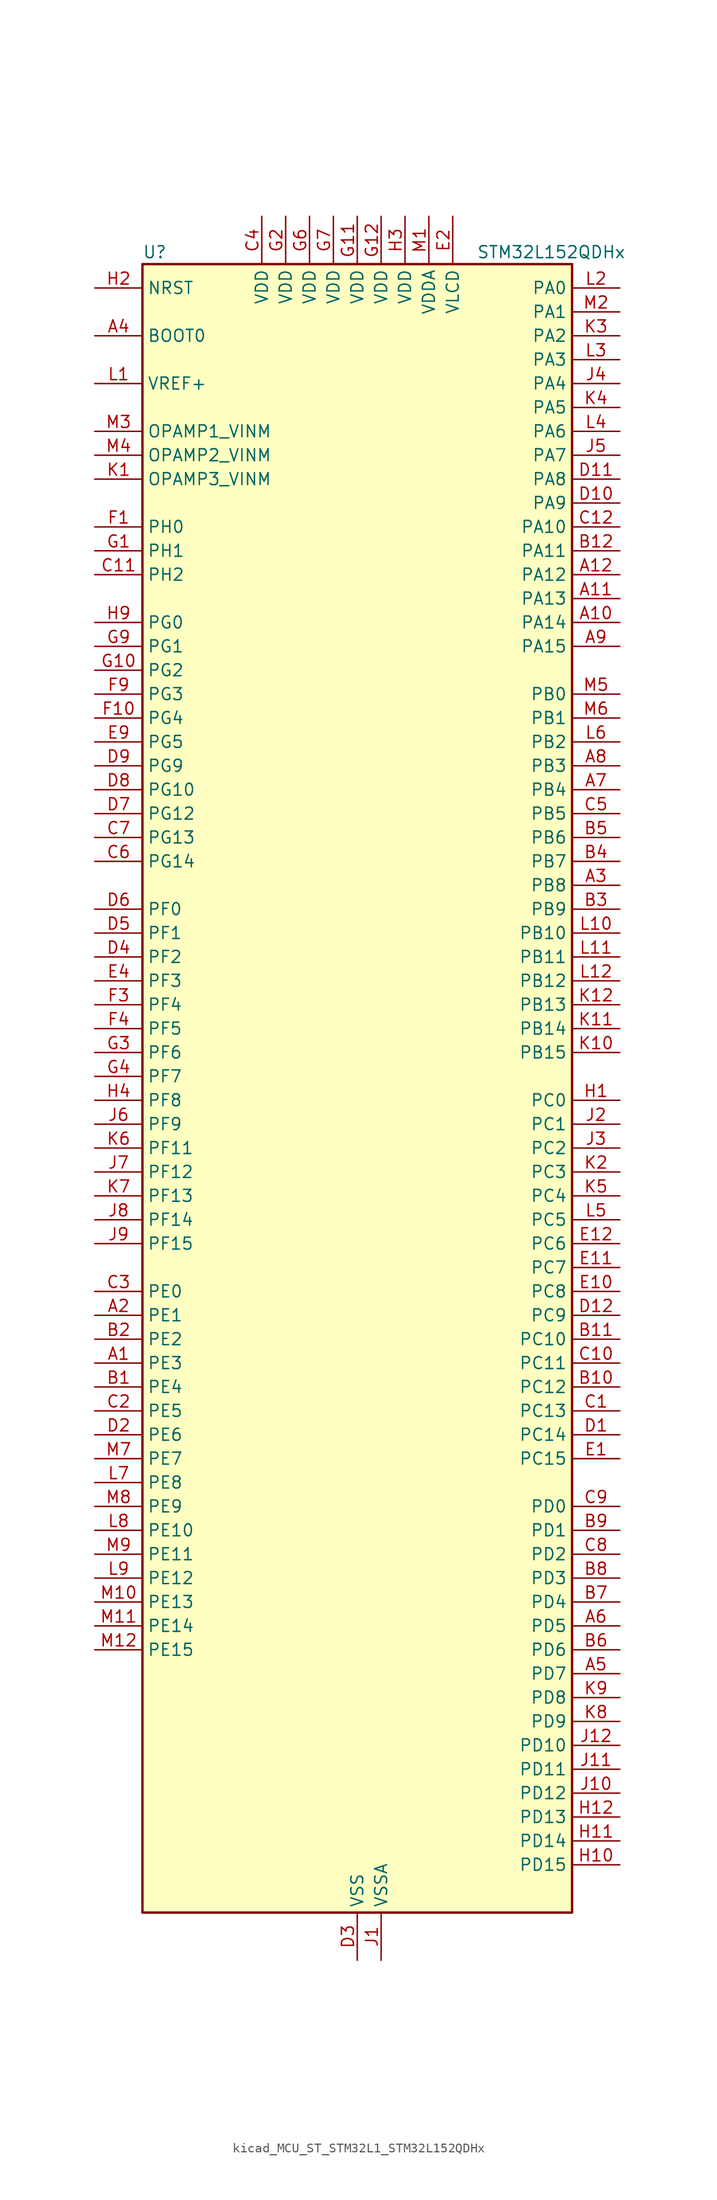
<source format=kicad_sym>
(kicad_symbol_lib
  (version 20220914)
  (generator kicad_symbol_editor)
  (symbol "kicad_MCU_ST_STM32L1_STM32L152QDHx"
    (property "Reference" "U"
      (at -22.86 90.17 0)
      (effects (font (size 1.27 1.27)) (justify left)))
    (property "Value" "STM32L152QDHx"
      (at 12.7 90.17 0)
      (effects (font (size 1.27 1.27)) (justify left)))
    (property "ki_locked" ""
      (at 0 0 0)
      (effects (font (size 1.27 1.27))))
    (symbol "kicad_MCU_ST_STM32L1_STM32L152QDHx_0_1"
      (rectangle (start -22.86 -86.36) (end 22.86 88.9) (stroke (width 0.254) (type default)) (fill (type background))))
    (symbol "kicad_MCU_ST_STM32L1_STM32L152QDHx_1_1"
      (pin bidirectional line (at -27.94 -27.94 0) (length 5.08) (name "PE3" (effects (font (size 1.27 1.27)))) (number "A1" (effects (font (size 1.27 1.27)))) (alternate "FSMC_A19" bidirectional line) (alternate "LCD_SEG39" bidirectional line) (alternate "SYS_TRACED0" bidirectional line) (alternate "TIM3_CH1" bidirectional line) (alternate "TIMX_IC4" bidirectional line))
      (pin bidirectional line (at 27.94 50.8 180) (length 5.08) (name "PA14" (effects (font (size 1.27 1.27)))) (number "A10" (effects (font (size 1.27 1.27)))) (alternate "SYS_JTCK-SWCLK" bidirectional line) (alternate "TIMX_IC3" bidirectional line) (alternate "TS_G5_IO2" bidirectional line))
      (pin bidirectional line (at 27.94 53.34 180) (length 5.08) (name "PA13" (effects (font (size 1.27 1.27)))) (number "A11" (effects (font (size 1.27 1.27)))) (alternate "SYS_JTMS-SWDIO" bidirectional line) (alternate "TIMX_IC2" bidirectional line) (alternate "TS_G5_IO1" bidirectional line))
      (pin bidirectional line (at 27.94 55.88 180) (length 5.08) (name "PA12" (effects (font (size 1.27 1.27)))) (number "A12" (effects (font (size 1.27 1.27)))) (alternate "SPI1_MOSI" bidirectional line) (alternate "TIMX_IC1" bidirectional line) (alternate "USART1_RTS" bidirectional line) (alternate "USB_DP" bidirectional line))
      (pin bidirectional line (at -27.94 -22.86 0) (length 5.08) (name "PE1" (effects (font (size 1.27 1.27)))) (number "A2" (effects (font (size 1.27 1.27)))) (alternate "FSMC_NBL1" bidirectional line) (alternate "LCD_SEG37" bidirectional line) (alternate "TIM11_CH1" bidirectional line) (alternate "TIMX_IC2" bidirectional line))
      (pin bidirectional line (at 27.94 22.86 180) (length 5.08) (name "PB8" (effects (font (size 1.27 1.27)))) (number "A3" (effects (font (size 1.27 1.27)))) (alternate "I2C1_SCL" bidirectional line) (alternate "LCD_SEG16" bidirectional line) (alternate "SDIO_D4" bidirectional line) (alternate "TIM10_CH1" bidirectional line) (alternate "TIM4_CH3" bidirectional line))
      (pin input line (at -27.94 81.28 0) (length 5.08) (name "BOOT0" (effects (font (size 1.27 1.27)))) (number "A4" (effects (font (size 1.27 1.27)))))
      (pin bidirectional line (at 27.94 -60.96 180) (length 5.08) (name "PD7" (effects (font (size 1.27 1.27)))) (number "A5" (effects (font (size 1.27 1.27)))) (alternate "FSMC_NE1" bidirectional line) (alternate "TIM9_CH2" bidirectional line) (alternate "TIMX_IC4" bidirectional line) (alternate "USART2_CK" bidirectional line))
      (pin bidirectional line (at 27.94 -55.88 180) (length 5.08) (name "PD5" (effects (font (size 1.27 1.27)))) (number "A6" (effects (font (size 1.27 1.27)))) (alternate "FSMC_NWE" bidirectional line) (alternate "TIMX_IC2" bidirectional line) (alternate "USART2_TX" bidirectional line))
      (pin bidirectional line (at 27.94 33.02 180) (length 5.08) (name "PB4" (effects (font (size 1.27 1.27)))) (number "A7" (effects (font (size 1.27 1.27)))) (alternate "COMP2_INP" bidirectional line) (alternate "LCD_SEG8" bidirectional line) (alternate "SPI1_MISO" bidirectional line) (alternate "SPI3_MISO" bidirectional line) (alternate "SYS_JTRST" bidirectional line) (alternate "TIM3_CH1" bidirectional line) (alternate "TS_G6_IO1" bidirectional line))
      (pin bidirectional line (at 27.94 35.56 180) (length 5.08) (name "PB3" (effects (font (size 1.27 1.27)))) (number "A8" (effects (font (size 1.27 1.27)))) (alternate "COMP2_INM" bidirectional line) (alternate "I2S3_CK" bidirectional line) (alternate "LCD_SEG7" bidirectional line) (alternate "SPI1_SCK" bidirectional line) (alternate "SPI3_SCK" bidirectional line) (alternate "SYS_JTDO-TRACESWO" bidirectional line) (alternate "TIM2_CH2" bidirectional line))
      (pin bidirectional line (at 27.94 48.26 180) (length 5.08) (name "PA15" (effects (font (size 1.27 1.27)))) (number "A9" (effects (font (size 1.27 1.27)))) (alternate "ADC_EXTI15" bidirectional line) (alternate "I2S3_WS" bidirectional line) (alternate "LCD_SEG17" bidirectional line) (alternate "SPI1_NSS" bidirectional line) (alternate "SPI3_NSS" bidirectional line) (alternate "SYS_JTDI" bidirectional line) (alternate "TIM2_CH1" bidirectional line) (alternate "TIM2_ETR" bidirectional line) (alternate "TIMX_IC4" bidirectional line) (alternate "TS_G5_IO3" bidirectional line))
      (pin bidirectional line (at -27.94 -30.48 0) (length 5.08) (name "PE4" (effects (font (size 1.27 1.27)))) (number "B1" (effects (font (size 1.27 1.27)))) (alternate "FSMC_A20" bidirectional line) (alternate "SYS_TRACED1" bidirectional line) (alternate "TIM3_CH2" bidirectional line) (alternate "TIMX_IC1" bidirectional line))
      (pin bidirectional line (at 27.94 -30.48 180) (length 5.08) (name "PC12" (effects (font (size 1.27 1.27)))) (number "B10" (effects (font (size 1.27 1.27)))) (alternate "I2S3_SD" bidirectional line) (alternate "LCD_COM6" bidirectional line) (alternate "LCD_SEG30" bidirectional line) (alternate "LCD_SEG42" bidirectional line) (alternate "SDIO_CK" bidirectional line) (alternate "SPI3_MOSI" bidirectional line) (alternate "TIMX_IC1" bidirectional line) (alternate "UART5_TX" bidirectional line) (alternate "USART3_CK" bidirectional line))
      (pin bidirectional line (at 27.94 -25.4 180) (length 5.08) (name "PC10" (effects (font (size 1.27 1.27)))) (number "B11" (effects (font (size 1.27 1.27)))) (alternate "I2S3_CK" bidirectional line) (alternate "LCD_COM4" bidirectional line) (alternate "LCD_SEG28" bidirectional line) (alternate "LCD_SEG40" bidirectional line) (alternate "SDIO_D2" bidirectional line) (alternate "SPI3_SCK" bidirectional line) (alternate "TIMX_IC3" bidirectional line) (alternate "UART4_TX" bidirectional line) (alternate "USART3_TX" bidirectional line))
      (pin bidirectional line (at 27.94 58.42 180) (length 5.08) (name "PA11" (effects (font (size 1.27 1.27)))) (number "B12" (effects (font (size 1.27 1.27)))) (alternate "ADC_EXTI11" bidirectional line) (alternate "SPI1_MISO" bidirectional line) (alternate "TIMX_IC4" bidirectional line) (alternate "USART1_CTS" bidirectional line) (alternate "USB_DM" bidirectional line))
      (pin bidirectional line (at -27.94 -25.4 0) (length 5.08) (name "PE2" (effects (font (size 1.27 1.27)))) (number "B2" (effects (font (size 1.27 1.27)))) (alternate "FSMC_A23" bidirectional line) (alternate "LCD_SEG38" bidirectional line) (alternate "SYS_TRACECK" bidirectional line) (alternate "TIM3_ETR" bidirectional line) (alternate "TIMX_IC3" bidirectional line))
      (pin bidirectional line (at 27.94 20.32 180) (length 5.08) (name "PB9" (effects (font (size 1.27 1.27)))) (number "B3" (effects (font (size 1.27 1.27)))) (alternate "DAC_EXTI9" bidirectional line) (alternate "I2C1_SDA" bidirectional line) (alternate "LCD_COM3" bidirectional line) (alternate "SDIO_D5" bidirectional line) (alternate "TIM11_CH1" bidirectional line) (alternate "TIM4_CH4" bidirectional line))
      (pin bidirectional line (at 27.94 25.4 180) (length 5.08) (name "PB7" (effects (font (size 1.27 1.27)))) (number "B4" (effects (font (size 1.27 1.27)))) (alternate "COMP2_INP" bidirectional line) (alternate "FSMC_NL" bidirectional line) (alternate "I2C1_SDA" bidirectional line) (alternate "SYS_PVD_IN" bidirectional line) (alternate "TIM4_CH2" bidirectional line) (alternate "TS_G6_IO4" bidirectional line) (alternate "USART1_RX" bidirectional line))
      (pin bidirectional line (at 27.94 27.94 180) (length 5.08) (name "PB6" (effects (font (size 1.27 1.27)))) (number "B5" (effects (font (size 1.27 1.27)))) (alternate "COMP2_INP" bidirectional line) (alternate "I2C1_SCL" bidirectional line) (alternate "TIM4_CH1" bidirectional line) (alternate "TS_G6_IO3" bidirectional line) (alternate "USART1_TX" bidirectional line))
      (pin bidirectional line (at 27.94 -58.42 180) (length 5.08) (name "PD6" (effects (font (size 1.27 1.27)))) (number "B6" (effects (font (size 1.27 1.27)))) (alternate "FSMC_NWAIT" bidirectional line) (alternate "TIMX_IC3" bidirectional line) (alternate "USART2_RX" bidirectional line))
      (pin bidirectional line (at 27.94 -53.34 180) (length 5.08) (name "PD4" (effects (font (size 1.27 1.27)))) (number "B7" (effects (font (size 1.27 1.27)))) (alternate "FSMC_NOE" bidirectional line) (alternate "I2S2_SD" bidirectional line) (alternate "SPI2_MOSI" bidirectional line) (alternate "TIMX_IC1" bidirectional line) (alternate "USART2_RTS" bidirectional line))
      (pin bidirectional line (at 27.94 -50.8 180) (length 5.08) (name "PD3" (effects (font (size 1.27 1.27)))) (number "B8" (effects (font (size 1.27 1.27)))) (alternate "FSMC_CLK" bidirectional line) (alternate "SPI2_MISO" bidirectional line) (alternate "TIMX_IC4" bidirectional line) (alternate "USART2_CTS" bidirectional line))
      (pin bidirectional line (at 27.94 -45.72 180) (length 5.08) (name "PD1" (effects (font (size 1.27 1.27)))) (number "B9" (effects (font (size 1.27 1.27)))) (alternate "FSMC_D3" bidirectional line) (alternate "FSMC_DA3" bidirectional line) (alternate "I2S2_CK" bidirectional line) (alternate "SPI2_SCK" bidirectional line) (alternate "TIMX_IC2" bidirectional line))
      (pin bidirectional line (at 27.94 -33.02 180) (length 5.08) (name "PC13" (effects (font (size 1.27 1.27)))) (number "C1" (effects (font (size 1.27 1.27)))) (alternate "RTC_OUT_ALARM" bidirectional line) (alternate "RTC_OUT_CALIB" bidirectional line) (alternate "RTC_TAMP1" bidirectional line) (alternate "RTC_TS" bidirectional line) (alternate "SYS_WKUP2" bidirectional line) (alternate "TIMX_IC2" bidirectional line))
      (pin bidirectional line (at 27.94 -27.94 180) (length 5.08) (name "PC11" (effects (font (size 1.27 1.27)))) (number "C10" (effects (font (size 1.27 1.27)))) (alternate "ADC_EXTI11" bidirectional line) (alternate "LCD_COM5" bidirectional line) (alternate "LCD_SEG29" bidirectional line) (alternate "LCD_SEG41" bidirectional line) (alternate "SDIO_D3" bidirectional line) (alternate "SPI3_MISO" bidirectional line) (alternate "TIMX_IC4" bidirectional line) (alternate "UART4_RX" bidirectional line) (alternate "USART3_RX" bidirectional line))
      (pin bidirectional line (at -27.94 55.88 0) (length 5.08) (name "PH2" (effects (font (size 1.27 1.27)))) (number "C11" (effects (font (size 1.27 1.27)))) (alternate "FSMC_A22" bidirectional line))
      (pin bidirectional line (at 27.94 60.96 180) (length 5.08) (name "PA10" (effects (font (size 1.27 1.27)))) (number "C12" (effects (font (size 1.27 1.27)))) (alternate "LCD_COM2" bidirectional line) (alternate "TIMX_IC3" bidirectional line) (alternate "TS_G4_IO3" bidirectional line) (alternate "USART1_RX" bidirectional line))
      (pin bidirectional line (at -27.94 -33.02 0) (length 5.08) (name "PE5" (effects (font (size 1.27 1.27)))) (number "C2" (effects (font (size 1.27 1.27)))) (alternate "FSMC_A21" bidirectional line) (alternate "SYS_TRACED2" bidirectional line) (alternate "TIM9_CH1" bidirectional line) (alternate "TIMX_IC2" bidirectional line))
      (pin bidirectional line (at -27.94 -20.32 0) (length 5.08) (name "PE0" (effects (font (size 1.27 1.27)))) (number "C3" (effects (font (size 1.27 1.27)))) (alternate "FSMC_NBL0" bidirectional line) (alternate "LCD_SEG36" bidirectional line) (alternate "TIM10_CH1" bidirectional line) (alternate "TIM4_ETR" bidirectional line) (alternate "TIMX_IC1" bidirectional line))
      (pin power_in line (at -10.16 93.98 270) (length 5.08) (name "VDD" (effects (font (size 1.27 1.27)))) (number "C4" (effects (font (size 1.27 1.27)))))
      (pin bidirectional line (at 27.94 30.48 180) (length 5.08) (name "PB5" (effects (font (size 1.27 1.27)))) (number "C5" (effects (font (size 1.27 1.27)))) (alternate "COMP2_INP" bidirectional line) (alternate "I2C1_SMBA" bidirectional line) (alternate "I2S3_SD" bidirectional line) (alternate "LCD_SEG9" bidirectional line) (alternate "SPI1_MOSI" bidirectional line) (alternate "SPI3_MOSI" bidirectional line) (alternate "TIM3_CH2" bidirectional line) (alternate "TS_G6_IO2" bidirectional line))
      (pin bidirectional line (at -27.94 25.4 0) (length 5.08) (name "PG14" (effects (font (size 1.27 1.27)))) (number "C6" (effects (font (size 1.27 1.27)))) (alternate "FSMC_A25" bidirectional line))
      (pin bidirectional line (at -27.94 27.94 0) (length 5.08) (name "PG13" (effects (font (size 1.27 1.27)))) (number "C7" (effects (font (size 1.27 1.27)))) (alternate "FSMC_A24" bidirectional line))
      (pin bidirectional line (at 27.94 -48.26 180) (length 5.08) (name "PD2" (effects (font (size 1.27 1.27)))) (number "C8" (effects (font (size 1.27 1.27)))) (alternate "LCD_COM7" bidirectional line) (alternate "LCD_SEG31" bidirectional line) (alternate "LCD_SEG43" bidirectional line) (alternate "SDIO_CMD" bidirectional line) (alternate "TIM3_ETR" bidirectional line) (alternate "TIMX_IC3" bidirectional line) (alternate "UART5_RX" bidirectional line))
      (pin bidirectional line (at 27.94 -43.18 180) (length 5.08) (name "PD0" (effects (font (size 1.27 1.27)))) (number "C9" (effects (font (size 1.27 1.27)))) (alternate "FSMC_D2" bidirectional line) (alternate "FSMC_DA2" bidirectional line) (alternate "I2S2_WS" bidirectional line) (alternate "SPI2_NSS" bidirectional line) (alternate "TIM9_CH1" bidirectional line) (alternate "TIMX_IC1" bidirectional line))
      (pin bidirectional line (at 27.94 -35.56 180) (length 5.08) (name "PC14" (effects (font (size 1.27 1.27)))) (number "D1" (effects (font (size 1.27 1.27)))) (alternate "RCC_OSC32_IN" bidirectional line) (alternate "TIMX_IC3" bidirectional line))
      (pin bidirectional line (at 27.94 63.5 180) (length 5.08) (name "PA9" (effects (font (size 1.27 1.27)))) (number "D10" (effects (font (size 1.27 1.27)))) (alternate "DAC_EXTI9" bidirectional line) (alternate "LCD_COM1" bidirectional line) (alternate "TIMX_IC2" bidirectional line) (alternate "TS_G4_IO2" bidirectional line) (alternate "USART1_TX" bidirectional line))
      (pin bidirectional line (at 27.94 66.04 180) (length 5.08) (name "PA8" (effects (font (size 1.27 1.27)))) (number "D11" (effects (font (size 1.27 1.27)))) (alternate "LCD_COM0" bidirectional line) (alternate "RCC_MCO" bidirectional line) (alternate "TIMX_IC1" bidirectional line) (alternate "TS_G4_IO1" bidirectional line) (alternate "USART1_CK" bidirectional line))
      (pin bidirectional line (at 27.94 -22.86 180) (length 5.08) (name "PC9" (effects (font (size 1.27 1.27)))) (number "D12" (effects (font (size 1.27 1.27)))) (alternate "DAC_EXTI9" bidirectional line) (alternate "LCD_SEG27" bidirectional line) (alternate "SDIO_D1" bidirectional line) (alternate "TIM3_CH4" bidirectional line) (alternate "TIMX_IC2" bidirectional line) (alternate "TS_G10_IO4" bidirectional line))
      (pin bidirectional line (at -27.94 -35.56 0) (length 5.08) (name "PE6" (effects (font (size 1.27 1.27)))) (number "D2" (effects (font (size 1.27 1.27)))) (alternate "RTC_TAMP3" bidirectional line) (alternate "SYS_TRACED3" bidirectional line) (alternate "SYS_WKUP3" bidirectional line) (alternate "TIM9_CH2" bidirectional line) (alternate "TIMX_IC3" bidirectional line))
      (pin power_in line (at 0 -91.44 90) (length 5.08) (name "VSS" (effects (font (size 1.27 1.27)))) (number "D3" (effects (font (size 1.27 1.27)))))
      (pin bidirectional line (at -27.94 15.24 0) (length 5.08) (name "PF2" (effects (font (size 1.27 1.27)))) (number "D4" (effects (font (size 1.27 1.27)))) (alternate "FSMC_A2" bidirectional line))
      (pin bidirectional line (at -27.94 17.78 0) (length 5.08) (name "PF1" (effects (font (size 1.27 1.27)))) (number "D5" (effects (font (size 1.27 1.27)))) (alternate "FSMC_A1" bidirectional line))
      (pin bidirectional line (at -27.94 20.32 0) (length 5.08) (name "PF0" (effects (font (size 1.27 1.27)))) (number "D6" (effects (font (size 1.27 1.27)))) (alternate "FSMC_A0" bidirectional line))
      (pin bidirectional line (at -27.94 30.48 0) (length 5.08) (name "PG12" (effects (font (size 1.27 1.27)))) (number "D7" (effects (font (size 1.27 1.27)))) (alternate "FSMC_NE4" bidirectional line))
      (pin bidirectional line (at -27.94 33.02 0) (length 5.08) (name "PG10" (effects (font (size 1.27 1.27)))) (number "D8" (effects (font (size 1.27 1.27)))) (alternate "FSMC_NE3" bidirectional line))
      (pin bidirectional line (at -27.94 35.56 0) (length 5.08) (name "PG9" (effects (font (size 1.27 1.27)))) (number "D9" (effects (font (size 1.27 1.27)))) (alternate "DAC_EXTI9" bidirectional line) (alternate "FSMC_NE2" bidirectional line))
      (pin bidirectional line (at 27.94 -38.1 180) (length 5.08) (name "PC15" (effects (font (size 1.27 1.27)))) (number "E1" (effects (font (size 1.27 1.27)))) (alternate "ADC_EXTI15" bidirectional line) (alternate "RCC_OSC32_OUT" bidirectional line) (alternate "TIMX_IC4" bidirectional line))
      (pin bidirectional line (at 27.94 -20.32 180) (length 5.08) (name "PC8" (effects (font (size 1.27 1.27)))) (number "E10" (effects (font (size 1.27 1.27)))) (alternate "LCD_SEG26" bidirectional line) (alternate "SDIO_D0" bidirectional line) (alternate "TIM3_CH3" bidirectional line) (alternate "TIMX_IC1" bidirectional line) (alternate "TS_G10_IO3" bidirectional line))
      (pin bidirectional line (at 27.94 -17.78 180) (length 5.08) (name "PC7" (effects (font (size 1.27 1.27)))) (number "E11" (effects (font (size 1.27 1.27)))) (alternate "I2S3_MCK" bidirectional line) (alternate "LCD_SEG25" bidirectional line) (alternate "SDIO_D7" bidirectional line) (alternate "TIM3_CH2" bidirectional line) (alternate "TIMX_IC4" bidirectional line) (alternate "TS_G10_IO2" bidirectional line))
      (pin bidirectional line (at 27.94 -15.24 180) (length 5.08) (name "PC6" (effects (font (size 1.27 1.27)))) (number "E12" (effects (font (size 1.27 1.27)))) (alternate "I2S2_MCK" bidirectional line) (alternate "LCD_SEG24" bidirectional line) (alternate "SDIO_D6" bidirectional line) (alternate "TIM3_CH1" bidirectional line) (alternate "TIMX_IC3" bidirectional line) (alternate "TS_G10_IO1" bidirectional line))
      (pin power_in line (at 10.16 93.98 270) (length 5.08) (name "VLCD" (effects (font (size 1.27 1.27)))) (number "E2" (effects (font (size 1.27 1.27)))))
      (pin passive line (at 0 -91.44 90) (length 5.08) hide (name "VSS" (effects (font (size 1.27 1.27)))) (number "E3" (effects (font (size 1.27 1.27)))))
      (pin bidirectional line (at -27.94 12.7 0) (length 5.08) (name "PF3" (effects (font (size 1.27 1.27)))) (number "E4" (effects (font (size 1.27 1.27)))) (alternate "FSMC_A3" bidirectional line))
      (pin bidirectional line (at -27.94 38.1 0) (length 5.08) (name "PG5" (effects (font (size 1.27 1.27)))) (number "E9" (effects (font (size 1.27 1.27)))) (alternate "FSMC_A15" bidirectional line))
      (pin bidirectional line (at -27.94 60.96 0) (length 5.08) (name "PH0" (effects (font (size 1.27 1.27)))) (number "F1" (effects (font (size 1.27 1.27)))) (alternate "RCC_OSC_IN" bidirectional line))
      (pin bidirectional line (at -27.94 40.64 0) (length 5.08) (name "PG4" (effects (font (size 1.27 1.27)))) (number "F10" (effects (font (size 1.27 1.27)))) (alternate "ADC_IN12b" bidirectional line) (alternate "FSMC_A14" bidirectional line) (alternate "TS_G7_IO7" bidirectional line))
      (pin passive line (at 0 -91.44 90) (length 5.08) hide (name "VSS" (effects (font (size 1.27 1.27)))) (number "F11" (effects (font (size 1.27 1.27)))))
      (pin passive line (at 0 -91.44 90) (length 5.08) hide (name "VSS" (effects (font (size 1.27 1.27)))) (number "F12" (effects (font (size 1.27 1.27)))))
      (pin passive line (at 0 -91.44 90) (length 5.08) hide (name "VSS" (effects (font (size 1.27 1.27)))) (number "F2" (effects (font (size 1.27 1.27)))))
      (pin bidirectional line (at -27.94 10.16 0) (length 5.08) (name "PF4" (effects (font (size 1.27 1.27)))) (number "F3" (effects (font (size 1.27 1.27)))) (alternate "FSMC_A4" bidirectional line))
      (pin bidirectional line (at -27.94 7.62 0) (length 5.08) (name "PF5" (effects (font (size 1.27 1.27)))) (number "F4" (effects (font (size 1.27 1.27)))) (alternate "FSMC_A5" bidirectional line))
      (pin passive line (at 0 -91.44 90) (length 5.08) hide (name "VSS" (effects (font (size 1.27 1.27)))) (number "F6" (effects (font (size 1.27 1.27)))))
      (pin passive line (at 0 -91.44 90) (length 5.08) hide (name "VSS" (effects (font (size 1.27 1.27)))) (number "F7" (effects (font (size 1.27 1.27)))))
      (pin bidirectional line (at -27.94 43.18 0) (length 5.08) (name "PG3" (effects (font (size 1.27 1.27)))) (number "F9" (effects (font (size 1.27 1.27)))) (alternate "ADC_IN11b" bidirectional line) (alternate "FSMC_A13" bidirectional line) (alternate "TS_G7_IO6" bidirectional line))
      (pin bidirectional line (at -27.94 58.42 0) (length 5.08) (name "PH1" (effects (font (size 1.27 1.27)))) (number "G1" (effects (font (size 1.27 1.27)))) (alternate "RCC_OSC_OUT" bidirectional line))
      (pin bidirectional line (at -27.94 45.72 0) (length 5.08) (name "PG2" (effects (font (size 1.27 1.27)))) (number "G10" (effects (font (size 1.27 1.27)))) (alternate "ADC_IN10b" bidirectional line) (alternate "FSMC_A12" bidirectional line) (alternate "TS_G7_IO5" bidirectional line))
      (pin power_in line (at 0 93.98 270) (length 5.08) (name "VDD" (effects (font (size 1.27 1.27)))) (number "G11" (effects (font (size 1.27 1.27)))))
      (pin power_in line (at 2.54 93.98 270) (length 5.08) (name "VDD" (effects (font (size 1.27 1.27)))) (number "G12" (effects (font (size 1.27 1.27)))))
      (pin power_in line (at -7.62 93.98 270) (length 5.08) (name "VDD" (effects (font (size 1.27 1.27)))) (number "G2" (effects (font (size 1.27 1.27)))))
      (pin bidirectional line (at -27.94 5.08 0) (length 5.08) (name "PF6" (effects (font (size 1.27 1.27)))) (number "G3" (effects (font (size 1.27 1.27)))) (alternate "ADC_IN27" bidirectional line) (alternate "TIM5_CH1" bidirectional line) (alternate "TIM5_ETR" bidirectional line) (alternate "TS_G11_IO1" bidirectional line))
      (pin bidirectional line (at -27.94 2.54 0) (length 5.08) (name "PF7" (effects (font (size 1.27 1.27)))) (number "G4" (effects (font (size 1.27 1.27)))) (alternate "ADC_IN28" bidirectional line) (alternate "COMP1_INP" bidirectional line) (alternate "TIM5_CH2" bidirectional line) (alternate "TS_G11_IO2" bidirectional line))
      (pin power_in line (at -5.08 93.98 270) (length 5.08) (name "VDD" (effects (font (size 1.27 1.27)))) (number "G6" (effects (font (size 1.27 1.27)))))
      (pin power_in line (at -2.54 93.98 270) (length 5.08) (name "VDD" (effects (font (size 1.27 1.27)))) (number "G7" (effects (font (size 1.27 1.27)))))
      (pin bidirectional line (at -27.94 48.26 0) (length 5.08) (name "PG1" (effects (font (size 1.27 1.27)))) (number "G9" (effects (font (size 1.27 1.27)))) (alternate "ADC_IN9b" bidirectional line) (alternate "FSMC_A11" bidirectional line) (alternate "TS_G2_IO5" bidirectional line))
      (pin bidirectional line (at 27.94 0 180) (length 5.08) (name "PC0" (effects (font (size 1.27 1.27)))) (number "H1" (effects (font (size 1.27 1.27)))) (alternate "ADC_IN10" bidirectional line) (alternate "COMP1_INP" bidirectional line) (alternate "LCD_SEG18" bidirectional line) (alternate "TIMX_IC1" bidirectional line) (alternate "TS_G8_IO1" bidirectional line))
      (pin bidirectional line (at 27.94 -81.28 180) (length 5.08) (name "PD15" (effects (font (size 1.27 1.27)))) (number "H10" (effects (font (size 1.27 1.27)))) (alternate "ADC_EXTI15" bidirectional line) (alternate "FSMC_D1" bidirectional line) (alternate "FSMC_DA1" bidirectional line) (alternate "LCD_SEG35" bidirectional line) (alternate "TIM4_CH4" bidirectional line) (alternate "TIMX_IC4" bidirectional line))
      (pin bidirectional line (at 27.94 -78.74 180) (length 5.08) (name "PD14" (effects (font (size 1.27 1.27)))) (number "H11" (effects (font (size 1.27 1.27)))) (alternate "FSMC_D0" bidirectional line) (alternate "FSMC_DA0" bidirectional line) (alternate "LCD_SEG34" bidirectional line) (alternate "TIM4_CH3" bidirectional line) (alternate "TIMX_IC3" bidirectional line))
      (pin bidirectional line (at 27.94 -76.2 180) (length 5.08) (name "PD13" (effects (font (size 1.27 1.27)))) (number "H12" (effects (font (size 1.27 1.27)))) (alternate "FSMC_A18" bidirectional line) (alternate "LCD_SEG33" bidirectional line) (alternate "TIM4_CH2" bidirectional line) (alternate "TIMX_IC2" bidirectional line))
      (pin input line (at -27.94 86.36 0) (length 5.08) (name "NRST" (effects (font (size 1.27 1.27)))) (number "H2" (effects (font (size 1.27 1.27)))))
      (pin power_in line (at 5.08 93.98 270) (length 5.08) (name "VDD" (effects (font (size 1.27 1.27)))) (number "H3" (effects (font (size 1.27 1.27)))))
      (pin bidirectional line (at -27.94 0 0) (length 5.08) (name "PF8" (effects (font (size 1.27 1.27)))) (number "H4" (effects (font (size 1.27 1.27)))) (alternate "ADC_IN29" bidirectional line) (alternate "COMP1_INP" bidirectional line) (alternate "TIM5_CH3" bidirectional line) (alternate "TS_G11_IO3" bidirectional line))
      (pin bidirectional line (at -27.94 50.8 0) (length 5.08) (name "PG0" (effects (font (size 1.27 1.27)))) (number "H9" (effects (font (size 1.27 1.27)))) (alternate "ADC_IN8b" bidirectional line) (alternate "FSMC_A10" bidirectional line) (alternate "TS_G2_IO4" bidirectional line))
      (pin power_in line (at 2.54 -91.44 90) (length 5.08) (name "VSSA" (effects (font (size 1.27 1.27)))) (number "J1" (effects (font (size 1.27 1.27)))))
      (pin bidirectional line (at 27.94 -73.66 180) (length 5.08) (name "PD12" (effects (font (size 1.27 1.27)))) (number "J10" (effects (font (size 1.27 1.27)))) (alternate "FSMC_A17" bidirectional line) (alternate "LCD_SEG32" bidirectional line) (alternate "TIM4_CH1" bidirectional line) (alternate "TIMX_IC1" bidirectional line) (alternate "USART3_RTS" bidirectional line))
      (pin bidirectional line (at 27.94 -71.12 180) (length 5.08) (name "PD11" (effects (font (size 1.27 1.27)))) (number "J11" (effects (font (size 1.27 1.27)))) (alternate "ADC_EXTI11" bidirectional line) (alternate "FSMC_A16" bidirectional line) (alternate "LCD_SEG31" bidirectional line) (alternate "TIMX_IC4" bidirectional line) (alternate "USART3_CTS" bidirectional line))
      (pin bidirectional line (at 27.94 -68.58 180) (length 5.08) (name "PD10" (effects (font (size 1.27 1.27)))) (number "J12" (effects (font (size 1.27 1.27)))) (alternate "FSMC_D15" bidirectional line) (alternate "FSMC_DA15" bidirectional line) (alternate "LCD_SEG30" bidirectional line) (alternate "TIMX_IC3" bidirectional line) (alternate "USART3_CK" bidirectional line))
      (pin bidirectional line (at 27.94 -2.54 180) (length 5.08) (name "PC1" (effects (font (size 1.27 1.27)))) (number "J2" (effects (font (size 1.27 1.27)))) (alternate "ADC_IN11" bidirectional line) (alternate "COMP1_INP" bidirectional line) (alternate "LCD_SEG19" bidirectional line) (alternate "OPAMP3_VINP" bidirectional line) (alternate "TIMX_IC2" bidirectional line) (alternate "TS_G8_IO2" bidirectional line))
      (pin bidirectional line (at 27.94 -5.08 180) (length 5.08) (name "PC2" (effects (font (size 1.27 1.27)))) (number "J3" (effects (font (size 1.27 1.27)))) (alternate "ADC_IN12" bidirectional line) (alternate "COMP1_INP" bidirectional line) (alternate "LCD_SEG20" bidirectional line) (alternate "TIMX_IC3" bidirectional line) (alternate "TS_G8_IO3" bidirectional line))
      (pin bidirectional line (at 27.94 76.2 180) (length 5.08) (name "PA4" (effects (font (size 1.27 1.27)))) (number "J4" (effects (font (size 1.27 1.27)))) (alternate "ADC_IN4" bidirectional line) (alternate "COMP1_INP" bidirectional line) (alternate "DAC_OUT1" bidirectional line) (alternate "I2S3_WS" bidirectional line) (alternate "SPI1_NSS" bidirectional line) (alternate "SPI3_NSS" bidirectional line) (alternate "TIMX_IC1" bidirectional line) (alternate "USART2_CK" bidirectional line))
      (pin bidirectional line (at 27.94 68.58 180) (length 5.08) (name "PA7" (effects (font (size 1.27 1.27)))) (number "J5" (effects (font (size 1.27 1.27)))) (alternate "ADC_IN7" bidirectional line) (alternate "COMP1_INP" bidirectional line) (alternate "LCD_SEG4" bidirectional line) (alternate "SPI1_MOSI" bidirectional line) (alternate "TIM11_CH1" bidirectional line) (alternate "TIM3_CH2" bidirectional line) (alternate "TIMX_IC4" bidirectional line) (alternate "TS_G2_IO2" bidirectional line))
      (pin bidirectional line (at -27.94 -2.54 0) (length 5.08) (name "PF9" (effects (font (size 1.27 1.27)))) (number "J6" (effects (font (size 1.27 1.27)))) (alternate "ADC_IN30" bidirectional line) (alternate "COMP1_INP" bidirectional line) (alternate "DAC_EXTI9" bidirectional line) (alternate "TIM5_CH4" bidirectional line) (alternate "TS_G11_IO4" bidirectional line))
      (pin bidirectional line (at -27.94 -7.62 0) (length 5.08) (name "PF12" (effects (font (size 1.27 1.27)))) (number "J7" (effects (font (size 1.27 1.27)))) (alternate "ADC_IN2b" bidirectional line) (alternate "FSMC_A6" bidirectional line) (alternate "TS_G3_IO5" bidirectional line))
      (pin bidirectional line (at -27.94 -12.7 0) (length 5.08) (name "PF14" (effects (font (size 1.27 1.27)))) (number "J8" (effects (font (size 1.27 1.27)))) (alternate "ADC_IN6b" bidirectional line) (alternate "FSMC_A8" bidirectional line) (alternate "TS_G9_IO4" bidirectional line))
      (pin bidirectional line (at -27.94 -15.24 0) (length 5.08) (name "PF15" (effects (font (size 1.27 1.27)))) (number "J9" (effects (font (size 1.27 1.27)))) (alternate "ADC_EXTI15" bidirectional line) (alternate "ADC_IN7b" bidirectional line) (alternate "FSMC_A9" bidirectional line) (alternate "TS_G2_IO3" bidirectional line))
      (pin input line (at -27.94 66.04 0) (length 5.08) (name "OPAMP3_VINM" (effects (font (size 1.27 1.27)))) (number "K1" (effects (font (size 1.27 1.27)))) (alternate "OPAMP3_VINM" bidirectional line))
      (pin bidirectional line (at 27.94 5.08 180) (length 5.08) (name "PB15" (effects (font (size 1.27 1.27)))) (number "K10" (effects (font (size 1.27 1.27)))) (alternate "ADC_EXTI15" bidirectional line) (alternate "ADC_IN21" bidirectional line) (alternate "COMP1_INP" bidirectional line) (alternate "I2S2_SD" bidirectional line) (alternate "LCD_SEG15" bidirectional line) (alternate "RTC_REFIN" bidirectional line) (alternate "SPI2_MOSI" bidirectional line) (alternate "TIM11_CH1" bidirectional line) (alternate "TS_G7_IO4" bidirectional line))
      (pin bidirectional line (at 27.94 7.62 180) (length 5.08) (name "PB14" (effects (font (size 1.27 1.27)))) (number "K11" (effects (font (size 1.27 1.27)))) (alternate "ADC_IN20" bidirectional line) (alternate "COMP1_INP" bidirectional line) (alternate "LCD_SEG14" bidirectional line) (alternate "SPI2_MISO" bidirectional line) (alternate "TIM9_CH2" bidirectional line) (alternate "TS_G7_IO3" bidirectional line) (alternate "USART3_RTS" bidirectional line))
      (pin bidirectional line (at 27.94 10.16 180) (length 5.08) (name "PB13" (effects (font (size 1.27 1.27)))) (number "K12" (effects (font (size 1.27 1.27)))) (alternate "ADC_IN19" bidirectional line) (alternate "COMP1_INP" bidirectional line) (alternate "I2S2_CK" bidirectional line) (alternate "LCD_SEG13" bidirectional line) (alternate "SPI2_SCK" bidirectional line) (alternate "TIM9_CH1" bidirectional line) (alternate "TS_G7_IO2" bidirectional line) (alternate "USART3_CTS" bidirectional line))
      (pin bidirectional line (at 27.94 -7.62 180) (length 5.08) (name "PC3" (effects (font (size 1.27 1.27)))) (number "K2" (effects (font (size 1.27 1.27)))) (alternate "ADC_IN13" bidirectional line) (alternate "COMP1_INP" bidirectional line) (alternate "LCD_SEG21" bidirectional line) (alternate "OPAMP3_VOUT" bidirectional line) (alternate "TIMX_IC4" bidirectional line) (alternate "TS_G8_IO4" bidirectional line))
      (pin bidirectional line (at 27.94 81.28 180) (length 5.08) (name "PA2" (effects (font (size 1.27 1.27)))) (number "K3" (effects (font (size 1.27 1.27)))) (alternate "ADC_IN2" bidirectional line) (alternate "COMP1_INP" bidirectional line) (alternate "LCD_SEG1" bidirectional line) (alternate "TIM2_CH3" bidirectional line) (alternate "TIM5_CH3" bidirectional line) (alternate "TIM9_CH1" bidirectional line) (alternate "TIMX_IC3" bidirectional line) (alternate "TS_G1_IO3" bidirectional line) (alternate "USART2_TX" bidirectional line))
      (pin bidirectional line (at 27.94 73.66 180) (length 5.08) (name "PA5" (effects (font (size 1.27 1.27)))) (number "K4" (effects (font (size 1.27 1.27)))) (alternate "ADC_IN5" bidirectional line) (alternate "COMP1_INP" bidirectional line) (alternate "DAC_OUT2" bidirectional line) (alternate "SPI1_SCK" bidirectional line) (alternate "TIM2_CH1" bidirectional line) (alternate "TIM2_ETR" bidirectional line) (alternate "TIMX_IC2" bidirectional line))
      (pin bidirectional line (at 27.94 -10.16 180) (length 5.08) (name "PC4" (effects (font (size 1.27 1.27)))) (number "K5" (effects (font (size 1.27 1.27)))) (alternate "ADC_IN14" bidirectional line) (alternate "COMP1_INP" bidirectional line) (alternate "LCD_SEG22" bidirectional line) (alternate "TIMX_IC1" bidirectional line) (alternate "TS_G9_IO1" bidirectional line))
      (pin bidirectional line (at -27.94 -5.08 0) (length 5.08) (name "PF11" (effects (font (size 1.27 1.27)))) (number "K6" (effects (font (size 1.27 1.27)))) (alternate "ADC_EXTI11" bidirectional line) (alternate "ADC_IN1b" bidirectional line) (alternate "TS_G3_IO4" bidirectional line))
      (pin bidirectional line (at -27.94 -10.16 0) (length 5.08) (name "PF13" (effects (font (size 1.27 1.27)))) (number "K7" (effects (font (size 1.27 1.27)))) (alternate "ADC_IN3b" bidirectional line) (alternate "FSMC_A7" bidirectional line) (alternate "TS_G9_IO3" bidirectional line))
      (pin bidirectional line (at 27.94 -66.04 180) (length 5.08) (name "PD9" (effects (font (size 1.27 1.27)))) (number "K8" (effects (font (size 1.27 1.27)))) (alternate "DAC_EXTI9" bidirectional line) (alternate "FSMC_D14" bidirectional line) (alternate "FSMC_DA14" bidirectional line) (alternate "LCD_SEG29" bidirectional line) (alternate "TIMX_IC2" bidirectional line) (alternate "USART3_RX" bidirectional line))
      (pin bidirectional line (at 27.94 -63.5 180) (length 5.08) (name "PD8" (effects (font (size 1.27 1.27)))) (number "K9" (effects (font (size 1.27 1.27)))) (alternate "FSMC_D13" bidirectional line) (alternate "FSMC_DA13" bidirectional line) (alternate "LCD_SEG28" bidirectional line) (alternate "TIMX_IC1" bidirectional line) (alternate "USART3_TX" bidirectional line))
      (pin input line (at -27.94 76.2 0) (length 5.08) (name "VREF+" (effects (font (size 1.27 1.27)))) (number "L1" (effects (font (size 1.27 1.27)))))
      (pin bidirectional line (at 27.94 17.78 180) (length 5.08) (name "PB10" (effects (font (size 1.27 1.27)))) (number "L10" (effects (font (size 1.27 1.27)))) (alternate "I2C2_SCL" bidirectional line) (alternate "LCD_SEG10" bidirectional line) (alternate "TIM2_CH3" bidirectional line) (alternate "USART3_TX" bidirectional line))
      (pin bidirectional line (at 27.94 15.24 180) (length 5.08) (name "PB11" (effects (font (size 1.27 1.27)))) (number "L11" (effects (font (size 1.27 1.27)))) (alternate "ADC_EXTI11" bidirectional line) (alternate "I2C2_SDA" bidirectional line) (alternate "LCD_SEG11" bidirectional line) (alternate "TIM2_CH4" bidirectional line) (alternate "USART3_RX" bidirectional line))
      (pin bidirectional line (at 27.94 12.7 180) (length 5.08) (name "PB12" (effects (font (size 1.27 1.27)))) (number "L12" (effects (font (size 1.27 1.27)))) (alternate "ADC_IN18" bidirectional line) (alternate "COMP1_INP" bidirectional line) (alternate "I2C2_SMBA" bidirectional line) (alternate "I2S2_WS" bidirectional line) (alternate "LCD_SEG12" bidirectional line) (alternate "SPI2_NSS" bidirectional line) (alternate "TIM10_CH1" bidirectional line) (alternate "TS_G7_IO1" bidirectional line) (alternate "USART3_CK" bidirectional line))
      (pin bidirectional line (at 27.94 86.36 180) (length 5.08) (name "PA0" (effects (font (size 1.27 1.27)))) (number "L2" (effects (font (size 1.27 1.27)))) (alternate "ADC_IN0" bidirectional line) (alternate "COMP1_INP" bidirectional line) (alternate "RTC_TAMP2" bidirectional line) (alternate "SYS_WKUP1" bidirectional line) (alternate "TIM2_CH1" bidirectional line) (alternate "TIM2_ETR" bidirectional line) (alternate "TIM5_CH1" bidirectional line) (alternate "TIMX_IC1" bidirectional line) (alternate "TS_G1_IO1" bidirectional line) (alternate "USART2_CTS" bidirectional line))
      (pin bidirectional line (at 27.94 78.74 180) (length 5.08) (name "PA3" (effects (font (size 1.27 1.27)))) (number "L3" (effects (font (size 1.27 1.27)))) (alternate "ADC_IN3" bidirectional line) (alternate "COMP1_INP" bidirectional line) (alternate "LCD_SEG2" bidirectional line) (alternate "OPAMP1_VOUT" bidirectional line) (alternate "TIM2_CH4" bidirectional line) (alternate "TIM5_CH4" bidirectional line) (alternate "TIM9_CH2" bidirectional line) (alternate "TIMX_IC4" bidirectional line) (alternate "TS_G1_IO4" bidirectional line) (alternate "USART2_RX" bidirectional line))
      (pin bidirectional line (at 27.94 71.12 180) (length 5.08) (name "PA6" (effects (font (size 1.27 1.27)))) (number "L4" (effects (font (size 1.27 1.27)))) (alternate "ADC_IN6" bidirectional line) (alternate "COMP1_INP" bidirectional line) (alternate "LCD_SEG3" bidirectional line) (alternate "OPAMP2_VINP" bidirectional line) (alternate "SPI1_MISO" bidirectional line) (alternate "TIM10_CH1" bidirectional line) (alternate "TIM3_CH1" bidirectional line) (alternate "TIMX_IC3" bidirectional line) (alternate "TS_G2_IO1" bidirectional line))
      (pin bidirectional line (at 27.94 -12.7 180) (length 5.08) (name "PC5" (effects (font (size 1.27 1.27)))) (number "L5" (effects (font (size 1.27 1.27)))) (alternate "ADC_IN15" bidirectional line) (alternate "COMP1_INP" bidirectional line) (alternate "LCD_SEG23" bidirectional line) (alternate "TIMX_IC2" bidirectional line) (alternate "TS_G9_IO2" bidirectional line))
      (pin bidirectional line (at 27.94 38.1 180) (length 5.08) (name "PB2" (effects (font (size 1.27 1.27)))) (number "L6" (effects (font (size 1.27 1.27)))) (alternate "ADC_IN0b" bidirectional line) (alternate "TS_G3_IO3" bidirectional line))
      (pin bidirectional line (at -27.94 -40.64 0) (length 5.08) (name "PE8" (effects (font (size 1.27 1.27)))) (number "L7" (effects (font (size 1.27 1.27)))) (alternate "ADC_IN23" bidirectional line) (alternate "COMP1_INP" bidirectional line) (alternate "FSMC_D5" bidirectional line) (alternate "FSMC_DA5" bidirectional line) (alternate "TIMX_IC1" bidirectional line))
      (pin bidirectional line (at -27.94 -45.72 0) (length 5.08) (name "PE10" (effects (font (size 1.27 1.27)))) (number "L8" (effects (font (size 1.27 1.27)))) (alternate "ADC_IN25" bidirectional line) (alternate "COMP1_INP" bidirectional line) (alternate "FSMC_D7" bidirectional line) (alternate "FSMC_DA7" bidirectional line) (alternate "TIM2_CH2" bidirectional line) (alternate "TIMX_IC3" bidirectional line))
      (pin bidirectional line (at -27.94 -50.8 0) (length 5.08) (name "PE12" (effects (font (size 1.27 1.27)))) (number "L9" (effects (font (size 1.27 1.27)))) (alternate "FSMC_D9" bidirectional line) (alternate "FSMC_DA9" bidirectional line) (alternate "SPI1_NSS" bidirectional line) (alternate "TIM2_CH4" bidirectional line) (alternate "TIMX_IC1" bidirectional line))
      (pin power_in line (at 7.62 93.98 270) (length 5.08) (name "VDDA" (effects (font (size 1.27 1.27)))) (number "M1" (effects (font (size 1.27 1.27)))))
      (pin bidirectional line (at -27.94 -53.34 0) (length 5.08) (name "PE13" (effects (font (size 1.27 1.27)))) (number "M10" (effects (font (size 1.27 1.27)))) (alternate "FSMC_D10" bidirectional line) (alternate "FSMC_DA10" bidirectional line) (alternate "SPI1_SCK" bidirectional line) (alternate "TIMX_IC2" bidirectional line))
      (pin bidirectional line (at -27.94 -55.88 0) (length 5.08) (name "PE14" (effects (font (size 1.27 1.27)))) (number "M11" (effects (font (size 1.27 1.27)))) (alternate "FSMC_D11" bidirectional line) (alternate "FSMC_DA11" bidirectional line) (alternate "SPI1_MISO" bidirectional line) (alternate "TIMX_IC3" bidirectional line))
      (pin bidirectional line (at -27.94 -58.42 0) (length 5.08) (name "PE15" (effects (font (size 1.27 1.27)))) (number "M12" (effects (font (size 1.27 1.27)))) (alternate "ADC_EXTI15" bidirectional line) (alternate "FSMC_D12" bidirectional line) (alternate "FSMC_DA12" bidirectional line) (alternate "SPI1_MOSI" bidirectional line) (alternate "TIMX_IC4" bidirectional line))
      (pin bidirectional line (at 27.94 83.82 180) (length 5.08) (name "PA1" (effects (font (size 1.27 1.27)))) (number "M2" (effects (font (size 1.27 1.27)))) (alternate "ADC_IN1" bidirectional line) (alternate "COMP1_INP" bidirectional line) (alternate "LCD_SEG0" bidirectional line) (alternate "OPAMP1_VINP" bidirectional line) (alternate "TIM2_CH2" bidirectional line) (alternate "TIM5_CH2" bidirectional line) (alternate "TIMX_IC2" bidirectional line) (alternate "TS_G1_IO2" bidirectional line) (alternate "USART2_RTS" bidirectional line))
      (pin input line (at -27.94 71.12 0) (length 5.08) (name "OPAMP1_VINM" (effects (font (size 1.27 1.27)))) (number "M3" (effects (font (size 1.27 1.27)))) (alternate "OPAMP1_VINM" bidirectional line))
      (pin input line (at -27.94 68.58 0) (length 5.08) (name "OPAMP2_VINM" (effects (font (size 1.27 1.27)))) (number "M4" (effects (font (size 1.27 1.27)))) (alternate "OPAMP2_VINM" bidirectional line))
      (pin bidirectional line (at 27.94 43.18 180) (length 5.08) (name "PB0" (effects (font (size 1.27 1.27)))) (number "M5" (effects (font (size 1.27 1.27)))) (alternate "ADC_IN8" bidirectional line) (alternate "COMP1_INP" bidirectional line) (alternate "LCD_SEG5" bidirectional line) (alternate "OPAMP2_VOUT" bidirectional line) (alternate "SYS_V_REF_OUT" bidirectional line) (alternate "TIM3_CH3" bidirectional line) (alternate "TS_G3_IO1" bidirectional line))
      (pin bidirectional line (at 27.94 40.64 180) (length 5.08) (name "PB1" (effects (font (size 1.27 1.27)))) (number "M6" (effects (font (size 1.27 1.27)))) (alternate "ADC_IN9" bidirectional line) (alternate "COMP1_INP" bidirectional line) (alternate "LCD_SEG6" bidirectional line) (alternate "SYS_V_REF_OUT" bidirectional line) (alternate "TIM3_CH4" bidirectional line) (alternate "TS_G3_IO2" bidirectional line))
      (pin bidirectional line (at -27.94 -38.1 0) (length 5.08) (name "PE7" (effects (font (size 1.27 1.27)))) (number "M7" (effects (font (size 1.27 1.27)))) (alternate "ADC_IN22" bidirectional line) (alternate "COMP1_INP" bidirectional line) (alternate "FSMC_D4" bidirectional line) (alternate "FSMC_DA4" bidirectional line) (alternate "TIMX_IC4" bidirectional line))
      (pin bidirectional line (at -27.94 -43.18 0) (length 5.08) (name "PE9" (effects (font (size 1.27 1.27)))) (number "M8" (effects (font (size 1.27 1.27)))) (alternate "ADC_IN24" bidirectional line) (alternate "COMP1_INP" bidirectional line) (alternate "DAC_EXTI9" bidirectional line) (alternate "FSMC_D6" bidirectional line) (alternate "FSMC_DA6" bidirectional line) (alternate "TIM2_CH1" bidirectional line) (alternate "TIM2_ETR" bidirectional line) (alternate "TIMX_IC2" bidirectional line))
      (pin bidirectional line (at -27.94 -48.26 0) (length 5.08) (name "PE11" (effects (font (size 1.27 1.27)))) (number "M9" (effects (font (size 1.27 1.27)))) (alternate "ADC_EXTI11" bidirectional line) (alternate "FSMC_D8" bidirectional line) (alternate "FSMC_DA8" bidirectional line) (alternate "TIM2_CH3" bidirectional line) (alternate "TIMX_IC4" bidirectional line)))))
</source>
